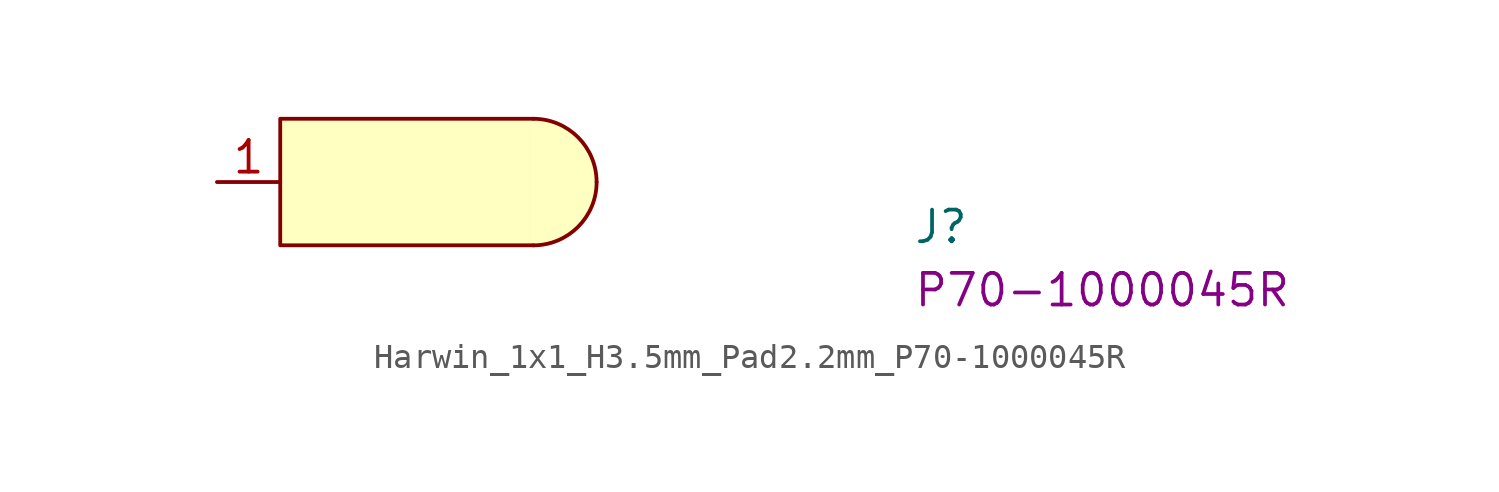
<source format=kicad_sym>
(kicad_symbol_lib
  (version 20220914)
  (generator kicad_symbol_editor)
  (symbol "Harwin_1x1_H3.5mm_Pad2.2mm_P70-1000045R"
    (property "Reference" "J"
      (at 27.94 -2.54 0)
      (effects (font (size 1.27 1.27) (thickness 0.15)) (justify left bottom)))
    (property "MPN" "P70-1000045R"
      (at 27.94 -5.08 0)
      (effects (font (size 1.27 1.27) (thickness 0.15)) (justify left bottom)))
    (symbol "Harwin_1x1_H3.5mm_Pad2.2mm_P70-1000045R_0_1"
      (polyline (pts (xy 12.7 -2.54) (xy 2.54 -2.54) (xy 2.54 2.54) (xy 12.7 2.54)) (stroke (width 0) (type default)) (fill (type background)))
      (arc (start 12.7 -2.54) (mid 14.4961 -1.7961) (end 15.24 0) (stroke (width 0) (type default)) (fill (type background)))
      (arc (start 15.24 0) (mid 14.4961 1.7961) (end 12.7 2.54) (stroke (width 0) (type default)) (fill (type background))))
    (symbol "Harwin_1x1_H3.5mm_Pad2.2mm_P70-1000045R_1_1"
      (pin passive line (at 0 0 0) (length 2.54) (name "~" (effects (font (size 1.27 1.27)))) (number "1" (effects (font (size 1.27 1.27))))))))
</source>
